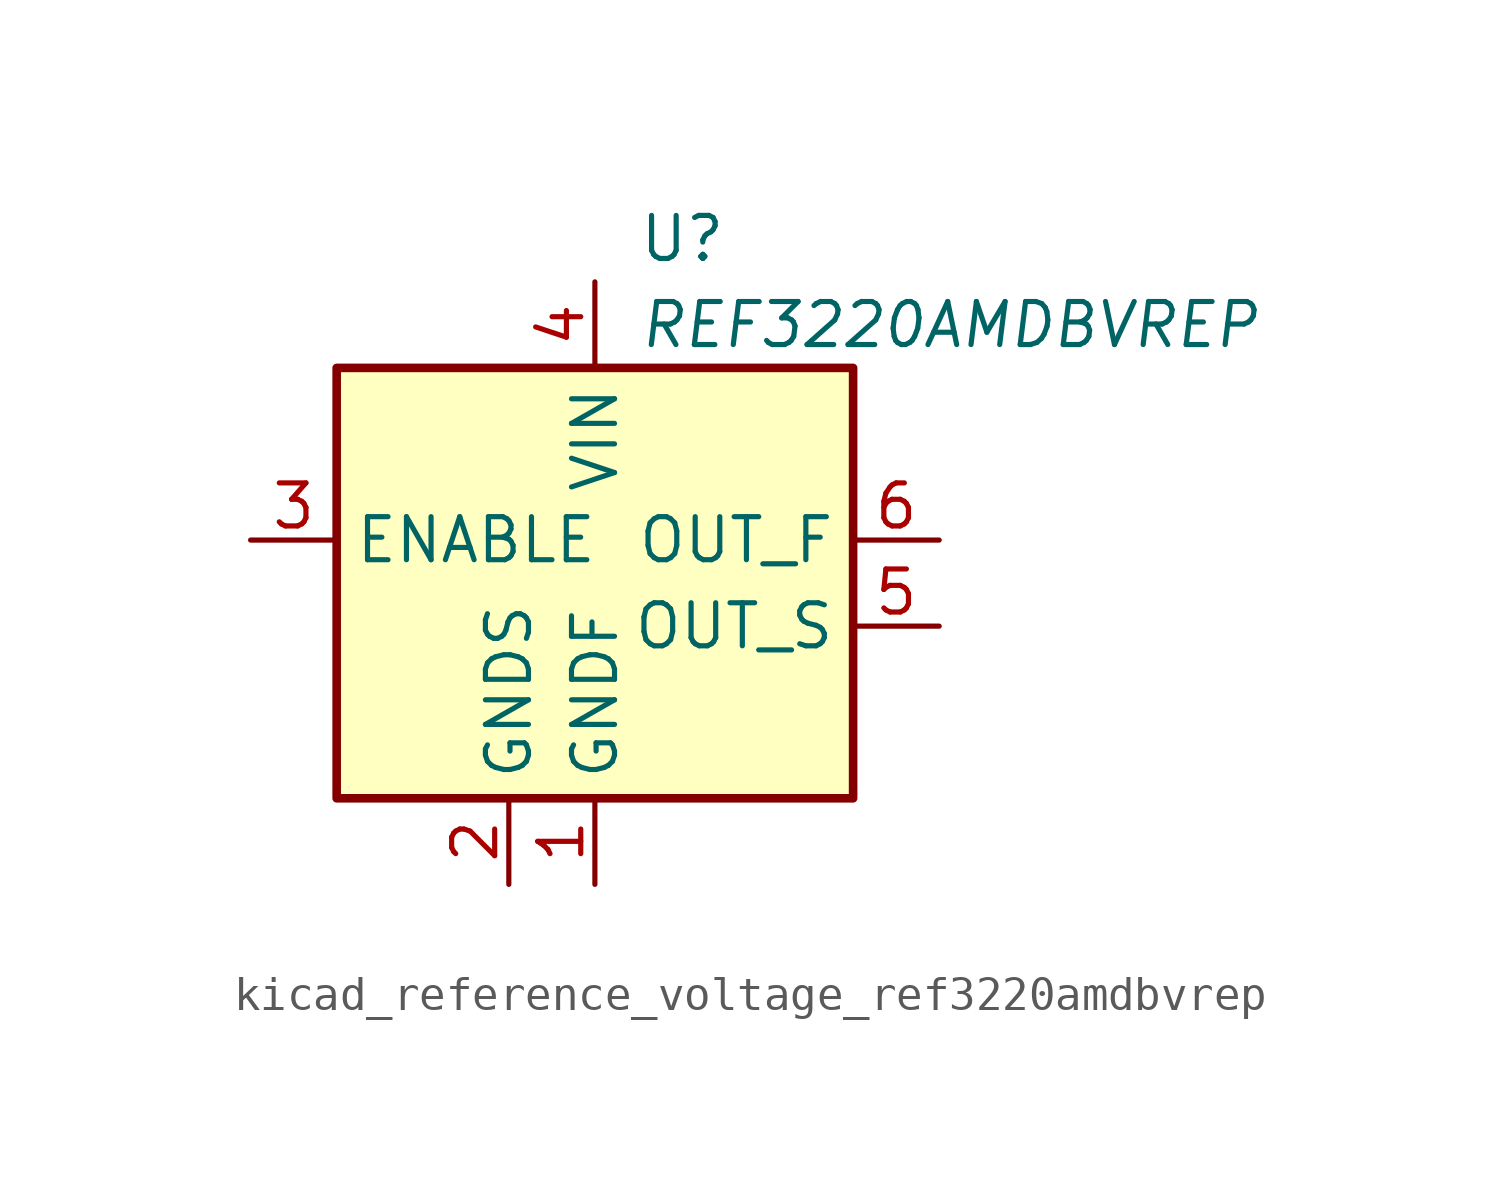
<source format=kicad_sym>
(kicad_symbol_lib
  (version 20220914)
  (generator kicad_symbol_editor)
  (symbol "kicad_reference_voltage_ref3220amdbvrep"
    (property "Reference" "U"
      (at 1.27 8.89 0)
      (effects (font (size 1.27 1.27)) (justify left)))
    (property "Value" "REF3220AMDBVREP"
      (at 1.27 6.35 0)
      (effects (font (size 1.27 1.27) italic) (justify left)))
    (symbol "kicad_reference_voltage_ref3220amdbvrep_0_1"
      (rectangle (start -7.62 5.08) (end 7.62 -7.62) (stroke (width 0.254) (type default)) (fill (type background))))
    (symbol "kicad_reference_voltage_ref3220amdbvrep_1_1"
      (pin power_in line (at 0 -10.16 90) (length 2.54) (name "GNDF" (effects (font (size 1.27 1.27)))) (number "1" (effects (font (size 1.27 1.27)))))
      (pin input line (at -2.54 -10.16 90) (length 2.54) (name "GNDS" (effects (font (size 1.27 1.27)))) (number "2" (effects (font (size 1.27 1.27)))))
      (pin input line (at -10.16 0 0) (length 2.54) (name "ENABLE" (effects (font (size 1.27 1.27)))) (number "3" (effects (font (size 1.27 1.27)))))
      (pin power_in line (at 0 7.62 270) (length 2.54) (name "VIN" (effects (font (size 1.27 1.27)))) (number "4" (effects (font (size 1.27 1.27)))))
      (pin input line (at 10.16 -2.54 180) (length 2.54) (name "OUT_S" (effects (font (size 1.27 1.27)))) (number "5" (effects (font (size 1.27 1.27)))))
      (pin output line (at 10.16 0 180) (length 2.54) (name "OUT_F" (effects (font (size 1.27 1.27)))) (number "6" (effects (font (size 1.27 1.27))))))))
</source>
